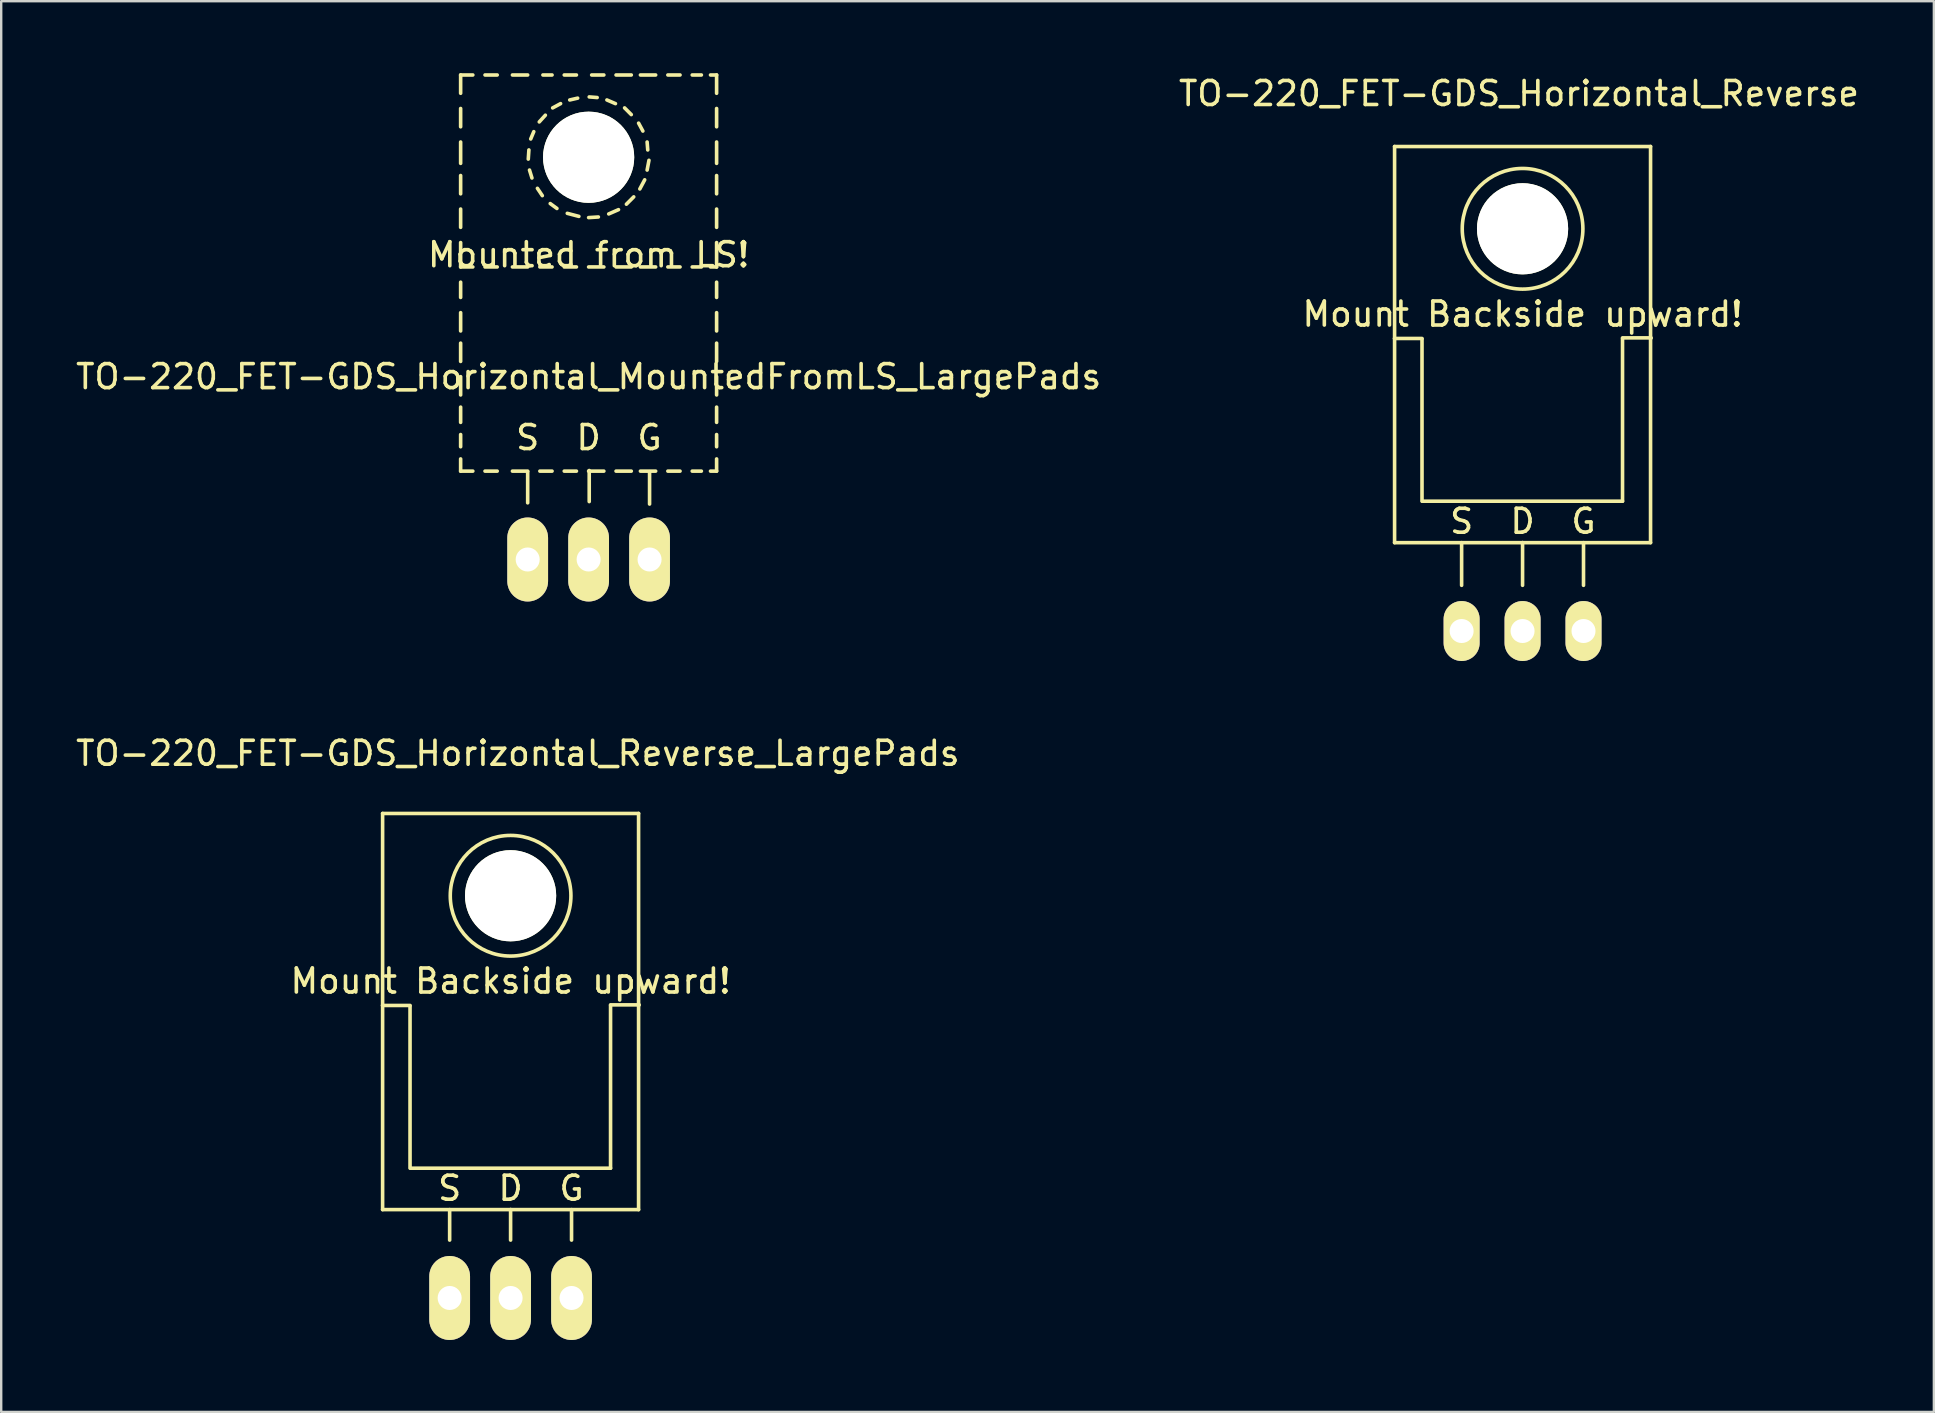
<source format=kicad_pcb>
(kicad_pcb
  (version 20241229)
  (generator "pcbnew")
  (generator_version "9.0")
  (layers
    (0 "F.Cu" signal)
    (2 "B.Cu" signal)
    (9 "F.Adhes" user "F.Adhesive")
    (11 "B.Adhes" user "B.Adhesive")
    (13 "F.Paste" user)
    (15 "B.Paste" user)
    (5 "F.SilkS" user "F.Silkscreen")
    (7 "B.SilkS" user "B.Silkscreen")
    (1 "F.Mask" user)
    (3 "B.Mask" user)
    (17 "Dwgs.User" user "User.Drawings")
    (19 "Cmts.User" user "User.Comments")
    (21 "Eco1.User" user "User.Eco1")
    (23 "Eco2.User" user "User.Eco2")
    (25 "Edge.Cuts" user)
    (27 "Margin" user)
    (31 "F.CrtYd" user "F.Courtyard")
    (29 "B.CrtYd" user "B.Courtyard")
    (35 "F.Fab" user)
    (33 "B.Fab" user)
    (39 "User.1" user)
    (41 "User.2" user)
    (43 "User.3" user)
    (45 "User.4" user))
  (footprint "TO-220_FET-GDS_Horizontal_Reverse_LargePads"
    (layer "F.Cu")
    (at 18.23 51.046)
    (property "Reference" "TO-220_FET-GDS_Horizontal_Reverse_LargePads" (at 0.3 -22.7 0) (layer "F.SilkS") (effects (font (size 1 1) (thickness 0.15))))
    (attr through_hole)
    (fp_line (start -5.334 -20.193) (end -5.334 -12.192) (stroke (width 0.15) (type solid)) (layer "F.SilkS"))
    (fp_line (start -5.334 -12.192) (end -5.334 -3.683) (stroke (width 0.15) (type solid)) (layer "F.SilkS"))
    (fp_line (start -4.191 -12.192) (end -5.334 -12.192) (stroke (width 0.15) (type solid)) (layer "F.SilkS"))
    (fp_line (start -4.191 -5.41) (end -4.191 -12.167) (stroke (width 0.15) (type solid)) (layer "F.SilkS"))
    (fp_line (start -2.54 -3.683) (end -2.54 -2.413) (stroke (width 0.15) (type solid)) (layer "F.SilkS"))
    (fp_line (start 0 -3.683) (end -5.334 -3.683) (stroke (width 0.15) (type solid)) (layer "F.SilkS"))
    (fp_line (start 0 -3.683) (end 0 -2.413) (stroke (width 0.15) (type solid)) (layer "F.SilkS"))
    (fp_line (start 0 -3.683) (end 5.334 -3.683) (stroke (width 0.15) (type solid)) (layer "F.SilkS"))
    (fp_line (start 2.54 -3.683) (end 2.54 -2.413) (stroke (width 0.15) (type solid)) (layer "F.SilkS"))
    (fp_line (start 4.166 -12.217) (end 5.359 -12.217) (stroke (width 0.15) (type solid)) (layer "F.SilkS"))
    (fp_line (start 4.166 -12.192) (end 4.166 -5.41) (stroke (width 0.15) (type solid)) (layer "F.SilkS"))
    (fp_line (start 4.166 -5.41) (end -4.166 -5.41) (stroke (width 0.15) (type solid)) (layer "F.SilkS"))
    (fp_line (start 5.334 -20.193) (end -5.334 -20.193) (stroke (width 0.15) (type solid)) (layer "F.SilkS"))
    (fp_line (start 5.334 -12.192) (end 5.334 -20.193) (stroke (width 0.15) (type solid)) (layer "F.SilkS"))
    (fp_line (start 5.334 -3.683) (end 5.334 -12.192) (stroke (width 0.15) (type solid)) (layer "F.SilkS"))
    (fp_circle (center 0 -16.764) (end 1.778 -14.986) (stroke (width 0.15) (type solid)) (fill no) (layer "F.SilkS"))
    (fp_text user "G" (at 2.54 -4.572 0) (layer "F.SilkS") (effects (font (size 1 1) (thickness 0.15))))
    (fp_text user "D" (at 0 -4.572 0) (layer "F.SilkS") (effects (font (size 1 1) (thickness 0.15))))
    (fp_text user "Mount Backside upward!" (at 0 -13.208 0) (layer "F.SilkS") (effects (font (size 1 1) (thickness 0.15))))
    (fp_text user "S" (at -2.54 -4.572 0) (layer "F.SilkS") (effects (font (size 1 1) (thickness 0.15))))
    (pad "" np_thru_hole circle (at 0 -16.764 90) (size 3.8 3.8) (drill 3.8) (layers "*.Cu" "*.Mask" "F.SilkS"))
    (pad "D" thru_hole oval (at 0 0 90) (size 3.5 1.699) (drill 1.001) (layers "*.Cu" "*.Mask" "F.SilkS"))
    (pad "G" thru_hole oval (at 2.54 0 90) (size 3.5 1.699) (drill 1.001) (layers "*.Cu" "*.Mask" "F.SilkS"))
    (pad "S" thru_hole oval (at -2.54 0 90) (size 3.5 1.699) (drill 1.001) (layers "*.Cu" "*.Mask" "F.SilkS")))
  (footprint "TO-220_FET-GDS_Horizontal_MountedFromLS_LargePads"
    (layer "F.Cu")
    (at 21.482 20.268)
    (property "Reference" "TO-220_FET-GDS_Horizontal_MountedFromLS_LargePads" (at 0 -7.62 0) (layer "F.SilkS") (effects (font (size 1 1) (thickness 0.15))))
    (attr through_hole)
    (fp_line (start -5.334 -20.193) (end -5.334 -19.431) (stroke (width 0.15) (type solid)) (layer "F.SilkS"))
    (fp_line (start -5.334 -20.193) (end -4.826 -20.193) (stroke (width 0.15) (type solid)) (layer "F.SilkS"))
    (fp_line (start -5.334 -18.796) (end -5.334 -18.034) (stroke (width 0.15) (type solid)) (layer "F.SilkS"))
    (fp_line (start -5.334 -17.399) (end -5.334 -16.51) (stroke (width 0.15) (type solid)) (layer "F.SilkS"))
    (fp_line (start -5.334 -16.002) (end -5.334 -15.24) (stroke (width 0.15) (type solid)) (layer "F.SilkS"))
    (fp_line (start -5.334 -14.605) (end -5.334 -13.843) (stroke (width 0.15) (type solid)) (layer "F.SilkS"))
    (fp_line (start -5.334 -13.208) (end -5.334 -12.192) (stroke (width 0.15) (type solid)) (layer "F.SilkS"))
    (fp_line (start -5.334 -12.192) (end -4.826 -12.192) (stroke (width 0.15) (type solid)) (layer "F.SilkS"))
    (fp_line (start -5.334 -11.557) (end -5.334 -10.922) (stroke (width 0.15) (type solid)) (layer "F.SilkS"))
    (fp_line (start -5.334 -10.287) (end -5.334 -9.525) (stroke (width 0.15) (type solid)) (layer "F.SilkS"))
    (fp_line (start -5.334 -9.017) (end -5.334 -8.255) (stroke (width 0.15) (type solid)) (layer "F.SilkS"))
    (fp_line (start -5.334 -7.62) (end -5.334 -6.858) (stroke (width 0.15) (type solid)) (layer "F.SilkS"))
    (fp_line (start -5.334 -6.35) (end -5.334 -5.715) (stroke (width 0.15) (type solid)) (layer "F.SilkS"))
    (fp_line (start -5.334 -5.207) (end -5.334 -4.699) (stroke (width 0.15) (type solid)) (layer "F.SilkS"))
    (fp_line (start -5.334 -4.191) (end -5.334 -3.683) (stroke (width 0.15) (type solid)) (layer "F.SilkS"))
    (fp_line (start -5.334 -3.683) (end -4.826 -3.683) (stroke (width 0.15) (type solid)) (layer "F.SilkS"))
    (fp_line (start -4.318 -20.193) (end -3.81 -20.193) (stroke (width 0.15) (type solid)) (layer "F.SilkS"))
    (fp_line (start -4.318 -12.192) (end -3.81 -12.192) (stroke (width 0.15) (type solid)) (layer "F.SilkS"))
    (fp_line (start -4.318 -3.683) (end -3.81 -3.683) (stroke (width 0.15) (type solid)) (layer "F.SilkS"))
    (fp_line (start -3.175 -20.193) (end -2.54 -20.193) (stroke (width 0.15) (type solid)) (layer "F.SilkS"))
    (fp_line (start -3.175 -12.192) (end -2.54 -12.192) (stroke (width 0.15) (type solid)) (layer "F.SilkS"))
    (fp_line (start -3.175 -3.683) (end -2.54 -3.683) (stroke (width 0.15) (type solid)) (layer "F.SilkS"))
    (fp_line (start -2.54 -3.658) (end -2.54 -2.362) (stroke (width 0.15) (type solid)) (layer "F.SilkS"))
    (fp_line (start -2.515 -16.688) (end -2.489 -17.069) (stroke (width 0.15) (type solid)) (layer "F.SilkS"))
    (fp_line (start -2.413 -17.526) (end -2.286 -17.831) (stroke (width 0.15) (type solid)) (layer "F.SilkS"))
    (fp_line (start -2.362 -15.9) (end -2.464 -16.231) (stroke (width 0.15) (type solid)) (layer "F.SilkS"))
    (fp_line (start -2.057 -18.237) (end -1.803 -18.517) (stroke (width 0.15) (type solid)) (layer "F.SilkS"))
    (fp_line (start -2.032 -12.192) (end -1.524 -12.192) (stroke (width 0.15) (type solid)) (layer "F.SilkS"))
    (fp_line (start -2.032 -3.683) (end -1.524 -3.683) (stroke (width 0.15) (type solid)) (layer "F.SilkS"))
    (fp_line (start -1.93 -15.164) (end -2.134 -15.469) (stroke (width 0.15) (type solid)) (layer "F.SilkS"))
    (fp_line (start -1.905 -20.193) (end -1.524 -20.193) (stroke (width 0.15) (type solid)) (layer "F.SilkS"))
    (fp_line (start -1.499 -18.821) (end -1.168 -18.999) (stroke (width 0.15) (type solid)) (layer "F.SilkS"))
    (fp_line (start -1.321 -14.63) (end -1.6 -14.834) (stroke (width 0.15) (type solid)) (layer "F.SilkS"))
    (fp_line (start -1.016 -20.193) (end -0.508 -20.193) (stroke (width 0.15) (type solid)) (layer "F.SilkS"))
    (fp_line (start -1.016 -12.192) (end -0.508 -12.192) (stroke (width 0.15) (type solid)) (layer "F.SilkS"))
    (fp_line (start -1.016 -3.683) (end -0.508 -3.683) (stroke (width 0.15) (type solid)) (layer "F.SilkS"))
    (fp_line (start -0.787 -19.152) (end -0.457 -19.228) (stroke (width 0.15) (type solid)) (layer "F.SilkS"))
    (fp_line (start -0.406 -14.3) (end -0.889 -14.427) (stroke (width 0.15) (type solid)) (layer "F.SilkS"))
    (fp_line (start 0 -12.192) (end 0.635 -12.192) (stroke (width 0.15) (type solid)) (layer "F.SilkS"))
    (fp_line (start 0 -3.683) (end 0.635 -3.683) (stroke (width 0.15) (type solid)) (layer "F.SilkS"))
    (fp_line (start 0.025 -19.279) (end 0.356 -19.253) (stroke (width 0.15) (type solid)) (layer "F.SilkS"))
    (fp_line (start 0.025 -3.708) (end 0.025 -2.413) (stroke (width 0.15) (type solid)) (layer "F.SilkS"))
    (fp_line (start 0.127 -20.193) (end 0.635 -20.193) (stroke (width 0.15) (type solid)) (layer "F.SilkS"))
    (fp_line (start 0.406 -14.275) (end 0 -14.249) (stroke (width 0.15) (type solid)) (layer "F.SilkS"))
    (fp_line (start 0.762 -19.152) (end 1.118 -18.999) (stroke (width 0.15) (type solid)) (layer "F.SilkS"))
    (fp_line (start 1.143 -20.193) (end 1.778 -20.193) (stroke (width 0.15) (type solid)) (layer "F.SilkS"))
    (fp_line (start 1.143 -12.192) (end 1.778 -12.192) (stroke (width 0.15) (type solid)) (layer "F.SilkS"))
    (fp_line (start 1.143 -3.683) (end 1.778 -3.683) (stroke (width 0.15) (type solid)) (layer "F.SilkS"))
    (fp_line (start 1.245 -14.58) (end 0.838 -14.402) (stroke (width 0.15) (type solid)) (layer "F.SilkS"))
    (fp_line (start 1.499 -18.821) (end 1.778 -18.542) (stroke (width 0.15) (type solid)) (layer "F.SilkS"))
    (fp_line (start 1.88 -15.113) (end 1.575 -14.808) (stroke (width 0.15) (type solid)) (layer "F.SilkS"))
    (fp_line (start 2.083 -18.186) (end 2.261 -17.856) (stroke (width 0.15) (type solid)) (layer "F.SilkS"))
    (fp_line (start 2.159 -20.193) (end 2.794 -20.193) (stroke (width 0.15) (type solid)) (layer "F.SilkS"))
    (fp_line (start 2.159 -12.192) (end 2.794 -12.192) (stroke (width 0.15) (type solid)) (layer "F.SilkS"))
    (fp_line (start 2.159 -3.683) (end 2.794 -3.683) (stroke (width 0.15) (type solid)) (layer "F.SilkS"))
    (fp_line (start 2.337 -15.824) (end 2.134 -15.443) (stroke (width 0.15) (type solid)) (layer "F.SilkS"))
    (fp_line (start 2.438 -17.399) (end 2.464 -17.069) (stroke (width 0.15) (type solid)) (layer "F.SilkS"))
    (fp_line (start 2.515 -16.637) (end 2.438 -16.231) (stroke (width 0.15) (type solid)) (layer "F.SilkS"))
    (fp_line (start 2.54 -3.658) (end 2.54 -2.311) (stroke (width 0.15) (type solid)) (layer "F.SilkS"))
    (fp_line (start 3.302 -20.193) (end 3.81 -20.193) (stroke (width 0.15) (type solid)) (layer "F.SilkS"))
    (fp_line (start 3.302 -12.192) (end 3.81 -12.192) (stroke (width 0.15) (type solid)) (layer "F.SilkS"))
    (fp_line (start 3.302 -3.683) (end 3.81 -3.683) (stroke (width 0.15) (type solid)) (layer "F.SilkS"))
    (fp_line (start 4.318 -20.193) (end 4.699 -20.193) (stroke (width 0.15) (type solid)) (layer "F.SilkS"))
    (fp_line (start 4.318 -12.192) (end 4.699 -12.192) (stroke (width 0.15) (type solid)) (layer "F.SilkS"))
    (fp_line (start 4.318 -3.683) (end 4.699 -3.683) (stroke (width 0.15) (type solid)) (layer "F.SilkS"))
    (fp_line (start 5.08 -20.193) (end 5.334 -20.193) (stroke (width 0.15) (type solid)) (layer "F.SilkS"))
    (fp_line (start 5.08 -12.192) (end 5.334 -12.192) (stroke (width 0.15) (type solid)) (layer "F.SilkS"))
    (fp_line (start 5.08 -3.683) (end 5.334 -3.683) (stroke (width 0.15) (type solid)) (layer "F.SilkS"))
    (fp_line (start 5.334 -20.193) (end 5.334 -19.431) (stroke (width 0.15) (type solid)) (layer "F.SilkS"))
    (fp_line (start 5.334 -18.796) (end 5.334 -18.034) (stroke (width 0.15) (type solid)) (layer "F.SilkS"))
    (fp_line (start 5.334 -17.399) (end 5.334 -16.51) (stroke (width 0.15) (type solid)) (layer "F.SilkS"))
    (fp_line (start 5.334 -16.002) (end 5.334 -15.24) (stroke (width 0.15) (type solid)) (layer "F.SilkS"))
    (fp_line (start 5.334 -14.605) (end 5.334 -13.843) (stroke (width 0.15) (type solid)) (layer "F.SilkS"))
    (fp_line (start 5.334 -13.208) (end 5.334 -12.192) (stroke (width 0.15) (type solid)) (layer "F.SilkS"))
    (fp_line (start 5.334 -11.557) (end 5.334 -10.922) (stroke (width 0.15) (type solid)) (layer "F.SilkS"))
    (fp_line (start 5.334 -10.287) (end 5.334 -9.525) (stroke (width 0.15) (type solid)) (layer "F.SilkS"))
    (fp_line (start 5.334 -9.017) (end 5.334 -8.255) (stroke (width 0.15) (type solid)) (layer "F.SilkS"))
    (fp_line (start 5.334 -7.62) (end 5.334 -6.858) (stroke (width 0.15) (type solid)) (layer "F.SilkS"))
    (fp_line (start 5.334 -6.35) (end 5.334 -5.715) (stroke (width 0.15) (type solid)) (layer "F.SilkS"))
    (fp_line (start 5.334 -5.207) (end 5.334 -4.699) (stroke (width 0.15) (type solid)) (layer "F.SilkS"))
    (fp_line (start 5.334 -4.191) (end 5.334 -3.683) (stroke (width 0.15) (type solid)) (layer "F.SilkS"))
    (fp_text user "G" (at 2.54 -5.08 0) (layer "F.SilkS") (effects (font (size 1 1) (thickness 0.15))))
    (fp_text user "S" (at -2.54 -5.08 0) (layer "F.SilkS") (effects (font (size 1 1) (thickness 0.15))))
    (fp_text user "Mounted from LS!" (at 0 -12.7 0) (layer "F.SilkS") (effects (font (size 1 1) (thickness 0.15))))
    (fp_text user "D" (at 0 -5.08 0) (layer "F.SilkS") (effects (font (size 1 1) (thickness 0.15))))
    (pad "" np_thru_hole circle (at 0 -16.764 90) (size 3.8 3.8) (drill 3.8) (layers "*.Cu" "*.Mask" "F.SilkS"))
    (pad "D" thru_hole oval (at 0 0 90) (size 3.5 1.699) (drill 1.001) (layers "*.Cu" "*.Mask" "F.SilkS"))
    (pad "G" thru_hole oval (at 2.54 0 90) (size 3.5 1.699) (drill 1.001) (layers "*.Cu" "*.Mask" "F.SilkS"))
    (pad "S" thru_hole oval (at -2.54 0 90) (size 3.5 1.699) (drill 1.001) (layers "*.Cu" "*.Mask" "F.SilkS")))
  (footprint "TO-220_FET-GDS_Horizontal_Reverse"
    (layer "F.Cu")
    (at 60.406 23.249)
    (property "Reference" "TO-220_FET-GDS_Horizontal_Reverse" (at -0.15 -22.4 0) (layer "F.SilkS") (effects (font (size 1 1) (thickness 0.15))))
    (attr through_hole)
    (fp_line (start -5.334 -20.193) (end -5.334 -12.192) (stroke (width 0.15) (type solid)) (layer "F.SilkS"))
    (fp_line (start -5.334 -12.192) (end -5.334 -3.683) (stroke (width 0.15) (type solid)) (layer "F.SilkS"))
    (fp_line (start -4.191 -12.192) (end -5.334 -12.192) (stroke (width 0.15) (type solid)) (layer "F.SilkS"))
    (fp_line (start -4.191 -5.41) (end -4.191 -12.167) (stroke (width 0.15) (type solid)) (layer "F.SilkS"))
    (fp_line (start -2.54 -3.683) (end -2.54 -1.905) (stroke (width 0.15) (type solid)) (layer "F.SilkS"))
    (fp_line (start 0 -3.683) (end -5.334 -3.683) (stroke (width 0.15) (type solid)) (layer "F.SilkS"))
    (fp_line (start 0 -3.683) (end 0 -1.905) (stroke (width 0.15) (type solid)) (layer "F.SilkS"))
    (fp_line (start 0 -3.683) (end 5.334 -3.683) (stroke (width 0.15) (type solid)) (layer "F.SilkS"))
    (fp_line (start 2.54 -3.683) (end 2.54 -1.905) (stroke (width 0.15) (type solid)) (layer "F.SilkS"))
    (fp_line (start 4.166 -12.217) (end 5.359 -12.217) (stroke (width 0.15) (type solid)) (layer "F.SilkS"))
    (fp_line (start 4.166 -12.192) (end 4.166 -5.41) (stroke (width 0.15) (type solid)) (layer "F.SilkS"))
    (fp_line (start 4.166 -5.41) (end -4.166 -5.41) (stroke (width 0.15) (type solid)) (layer "F.SilkS"))
    (fp_line (start 5.334 -20.193) (end -5.334 -20.193) (stroke (width 0.15) (type solid)) (layer "F.SilkS"))
    (fp_line (start 5.334 -12.192) (end 5.334 -20.193) (stroke (width 0.15) (type solid)) (layer "F.SilkS"))
    (fp_line (start 5.334 -3.683) (end 5.334 -12.192) (stroke (width 0.15) (type solid)) (layer "F.SilkS"))
    (fp_circle (center 0 -16.764) (end 1.778 -14.986) (stroke (width 0.15) (type solid)) (fill no) (layer "F.SilkS"))
    (fp_text user "Mount Backside upward!" (at 0 -13.208 0) (layer "F.SilkS") (effects (font (size 1 1) (thickness 0.15))))
    (fp_text user "G" (at 2.54 -4.572 0) (layer "F.SilkS") (effects (font (size 1 1) (thickness 0.15))))
    (fp_text user "D" (at 0 -4.572 0) (layer "F.SilkS") (effects (font (size 1 1) (thickness 0.15))))
    (fp_text user "S" (at -2.54 -4.572 0) (layer "F.SilkS") (effects (font (size 1 1) (thickness 0.15))))
    (pad "" np_thru_hole circle (at 0 -16.764 90) (size 3.8 3.8) (drill 3.8) (layers "*.Cu" "*.Mask" "F.SilkS"))
    (pad "D" thru_hole oval (at 0 0 90) (size 2.499 1.501) (drill 1.001) (layers "*.Cu" "*.Mask" "F.SilkS"))
    (pad "G" thru_hole oval (at 2.54 0 90) (size 2.499 1.501) (drill 1.001) (layers "*.Cu" "*.Mask" "F.SilkS"))
    (pad "S" thru_hole oval (at -2.54 0 90) (size 2.499 1.501) (drill 1.001) (layers "*.Cu" "*.Mask" "F.SilkS")))
  (gr_rect
    (start -3 -3)
    (end 77.548 55.796)
    (stroke (width 0.1) (type default))
    (fill no)
    (layer "Edge.Cuts")))
</source>
